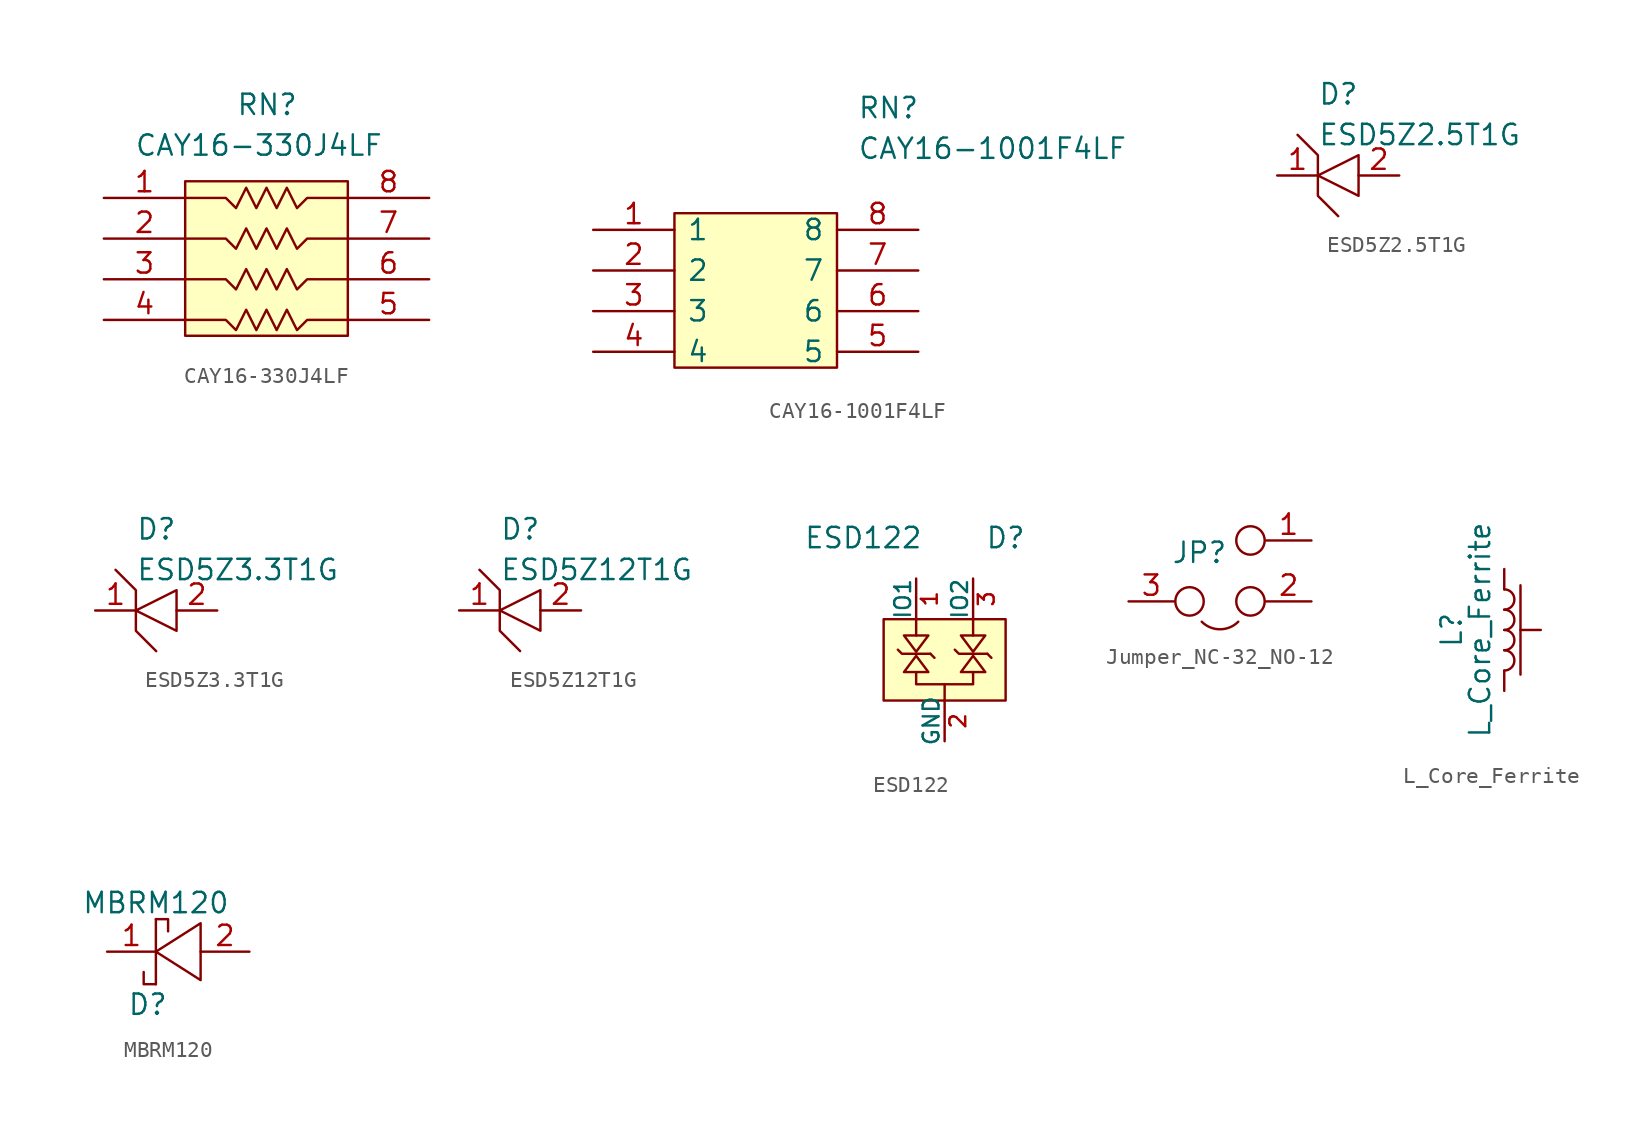
<source format=kicad_sym>
(kicad_symbol_lib
  (version 20241209)
  (generator "kicad_symbol_editor")
  (generator_version "9.0")
  (symbol "CAY16-330J4LF"
    (pin_names
      (offset 1.016)
      (hide yes))
    (property "Reference" "RN"
      (at 8.255 5.08 0)
      (effects (font (size 1.27 1.27)) (justify left bottom)))
    (property "Value" "CAY16-330J4LF"
      (at 1.905 2.54 0)
      (effects (font (size 1.27 1.27)) (justify left bottom)))
    (symbol "CAY16-330J4LF_0_1"
      (polyline (pts (xy 5.08 -7.62) (xy 7.62 -7.62) (xy 8.255 -8.255) (xy 8.89 -6.985) (xy 9.525 -8.255) (xy 10.16 -6.985) (xy 10.795 -8.255) (xy 11.43 -6.985) (xy 12.065 -8.255) (xy 12.7 -7.62) (xy 15.24 -7.62)) (stroke (width 0) (type solid)) (fill (type none))))
    (symbol "CAY16-330J4LF_1_1"
      (polyline (pts (xy 5.08 0) (xy 7.62 0) (xy 8.255 -0.635) (xy 8.89 0.635) (xy 9.525 -0.635) (xy 10.16 0.635) (xy 10.795 -0.635) (xy 11.43 0.635) (xy 12.065 -0.635) (xy 12.7 0) (xy 15.24 0)) (stroke (width 0) (type solid)) (fill (type none)))
      (polyline (pts (xy 5.08 -2.54) (xy 7.62 -2.54) (xy 8.255 -3.175) (xy 8.89 -1.905) (xy 9.525 -3.175) (xy 10.16 -1.905) (xy 10.795 -3.175) (xy 11.43 -1.905) (xy 12.065 -3.175) (xy 12.7 -2.54) (xy 15.24 -2.54)) (stroke (width 0) (type solid)) (fill (type none)))
      (polyline (pts (xy 5.08 -5.08) (xy 7.62 -5.08) (xy 8.255 -5.715) (xy 8.89 -4.445) (xy 9.525 -5.715) (xy 10.16 -4.445) (xy 10.795 -5.715) (xy 11.43 -4.445) (xy 12.065 -5.715) (xy 12.7 -5.08) (xy 15.24 -5.08)) (stroke (width 0) (type solid)) (fill (type none)))
      (rectangle (start 5.08 -8.611) (end 15.24 1.041) (stroke (width 0) (type solid)) (fill (type background)))
      (pin passive line (at 0 0 0) (length 5.08) (name "1" (effects (font (size 1.27 1.27)))) (number "1" (effects (font (size 1.27 1.27)))))
      (pin passive line (at 0 -2.54 0) (length 5.08) (name "2" (effects (font (size 1.27 1.27)))) (number "2" (effects (font (size 1.27 1.27)))))
      (pin passive line (at 0 -5.08 0) (length 5.08) (name "3" (effects (font (size 1.27 1.27)))) (number "3" (effects (font (size 1.27 1.27)))))
      (pin passive line (at 0 -7.62 0) (length 5.08) (name "4" (effects (font (size 1.27 1.27)))) (number "4" (effects (font (size 1.27 1.27)))))
      (pin passive line (at 20.32 0 180) (length 5.08) (name "8" (effects (font (size 1.27 1.27)))) (number "8" (effects (font (size 1.27 1.27)))))
      (pin passive line (at 20.32 -2.54 180) (length 5.08) (name "7" (effects (font (size 1.27 1.27)))) (number "7" (effects (font (size 1.27 1.27)))))
      (pin passive line (at 20.32 -5.08 180) (length 5.08) (name "6" (effects (font (size 1.27 1.27)))) (number "6" (effects (font (size 1.27 1.27)))))
      (pin passive line (at 20.32 -7.62 180) (length 5.08) (name "5" (effects (font (size 1.27 1.27)))) (number "5" (effects (font (size 1.27 1.27)))))))
  (symbol "CAY16-1001F4LF"
    (pin_names
      (offset 0.762))
    (property "Reference" "RN"
      (at 16.51 7.62 0)
      (effects (font (size 1.27 1.27)) (justify left)))
    (property "Value" "CAY16-1001F4LF"
      (at 16.51 5.08 0)
      (effects (font (size 1.27 1.27)) (justify left)))
    (symbol "CAY16-1001F4LF_0_0"
      (pin passive line (at 0 0 0) (length 5.08) (name "1" (effects (font (size 1.27 1.27)))) (number "1" (effects (font (size 1.27 1.27)))))
      (pin passive line (at 0 -2.54 0) (length 5.08) (name "2" (effects (font (size 1.27 1.27)))) (number "2" (effects (font (size 1.27 1.27)))))
      (pin passive line (at 0 -5.08 0) (length 5.08) (name "3" (effects (font (size 1.27 1.27)))) (number "3" (effects (font (size 1.27 1.27)))))
      (pin passive line (at 0 -7.62 0) (length 5.08) (name "4" (effects (font (size 1.27 1.27)))) (number "4" (effects (font (size 1.27 1.27)))))
      (pin passive line (at 20.32 0 180) (length 5.08) (name "8" (effects (font (size 1.27 1.27)))) (number "8" (effects (font (size 1.27 1.27)))))
      (pin passive line (at 20.32 -2.54 180) (length 5.08) (name "7" (effects (font (size 1.27 1.27)))) (number "7" (effects (font (size 1.27 1.27)))))
      (pin passive line (at 20.32 -5.08 180) (length 5.08) (name "6" (effects (font (size 1.27 1.27)))) (number "6" (effects (font (size 1.27 1.27)))))
      (pin passive line (at 20.32 -7.62 180) (length 5.08) (name "5" (effects (font (size 1.27 1.27)))) (number "5" (effects (font (size 1.27 1.27))))))
    (symbol "CAY16-1001F4LF_0_1"
      (rectangle (start 5.08 -8.611) (end 15.24 1.041) (stroke (width 0) (type solid)) (fill (type background)))))
  (symbol "ESD5Z2.5T1G"
    (pin_names
      (offset 0.762))
    (property "Reference" "D"
      (at 2.54 5.08 0)
      (effects (font (size 1.27 1.27)) (justify left)))
    (property "Value" "ESD5Z2.5T1G"
      (at 2.54 2.54 0)
      (effects (font (size 1.27 1.27)) (justify left)))
    (symbol "ESD5Z2.5T1G_0_1"
      (polyline (pts (xy 2.54 0) (xy 2.54 -1.27) (xy 3.81 -2.54)) (stroke (width 0) (type solid)) (fill (type none)))
      (polyline (pts (xy 2.54 0) (xy 5.08 1.27) (xy 5.08 -1.27) (xy 2.54 0) (xy 2.54 1.27) (xy 1.27 2.54)) (stroke (width 0) (type solid)) (fill (type none))))
    (symbol "ESD5Z2.5T1G_1_1"
      (pin passive line (at 0 0 0) (length 2.54) (name "~" (effects (font (size 1.27 1.27)))) (number "1" (effects (font (size 1.27 1.27)))))
      (pin passive line (at 7.62 0 180) (length 2.54) (name "~" (effects (font (size 1.27 1.27)))) (number "2" (effects (font (size 1.27 1.27)))))))
  (symbol "ESD5Z3.3T1G"
    (pin_names
      (offset 0.762))
    (property "Reference" "D"
      (at 2.54 5.08 0)
      (effects (font (size 1.27 1.27)) (justify left)))
    (property "Value" "ESD5Z3.3T1G"
      (at 2.54 2.54 0)
      (effects (font (size 1.27 1.27)) (justify left)))
    (symbol "ESD5Z3.3T1G_0_1"
      (polyline (pts (xy 2.54 0) (xy 2.54 -1.27) (xy 3.81 -2.54)) (stroke (width 0) (type solid)) (fill (type none)))
      (polyline (pts (xy 2.54 0) (xy 5.08 1.27) (xy 5.08 -1.27) (xy 2.54 0) (xy 2.54 1.27) (xy 1.27 2.54)) (stroke (width 0) (type solid)) (fill (type none))))
    (symbol "ESD5Z3.3T1G_1_1"
      (pin passive line (at 0 0 0) (length 2.54) (name "~" (effects (font (size 1.27 1.27)))) (number "1" (effects (font (size 1.27 1.27)))))
      (pin passive line (at 7.62 0 180) (length 2.54) (name "~" (effects (font (size 1.27 1.27)))) (number "2" (effects (font (size 1.27 1.27)))))))
  (symbol "ESD5Z12T1G"
    (pin_names
      (offset 0.762))
    (property "Reference" "D"
      (at 2.54 5.08 0)
      (effects (font (size 1.27 1.27)) (justify left)))
    (property "Value" "ESD5Z12T1G"
      (at 2.54 2.54 0)
      (effects (font (size 1.27 1.27)) (justify left)))
    (symbol "ESD5Z12T1G_0_1"
      (polyline (pts (xy 2.54 0) (xy 2.54 -1.27) (xy 3.81 -2.54)) (stroke (width 0) (type solid)) (fill (type none)))
      (polyline (pts (xy 2.54 0) (xy 5.08 1.27) (xy 5.08 -1.27) (xy 2.54 0) (xy 2.54 1.27) (xy 1.27 2.54)) (stroke (width 0) (type solid)) (fill (type none))))
    (symbol "ESD5Z12T1G_1_1"
      (pin passive line (at 0 0 0) (length 2.54) (name "~" (effects (font (size 1.27 1.27)))) (number "1" (effects (font (size 1.27 1.27)))))
      (pin passive line (at 7.62 0 180) (length 2.54) (name "~" (effects (font (size 1.27 1.27)))) (number "2" (effects (font (size 1.27 1.27)))))))
  (symbol "ESD122"
    (pin_names
      (offset 0))
    (property "Reference" "D"
      (at 0 10.16 0)
      (effects (font (size 1.27 1.27))))
    (property "Value" "ESD122"
      (at -8.89 10.16 0)
      (effects (font (size 1.27 1.27))))
    (symbol "ESD122_0_1"
      (polyline (pts (xy -3.81 1.016) (xy -3.81 0)) (stroke (width 0) (type solid)) (fill (type none)))
      (polyline (pts (xy -2.794 4.064) (xy -1.27 4.064) (xy -2.032 3.048) (xy -2.794 4.064)) (stroke (width 0) (type solid)) (fill (type none)))
      (polyline (pts (xy -2.032 4.064) (xy -2.032 5.08)) (stroke (width 0) (type solid)) (fill (type none)))
      (polyline (pts (xy -2.032 2.921) (xy -1.143 2.921)) (stroke (width 0) (type solid)) (fill (type none)))
      (polyline (pts (xy -2.032 2.921) (xy -2.921 2.921) (xy -3.175 3.175)) (stroke (width 0) (type solid)) (fill (type none)))
      (polyline (pts (xy -2.032 1.778) (xy -2.032 1.016) (xy -5.588 1.016) (xy -5.588 1.778)) (stroke (width 0) (type solid)) (fill (type none)))
      (polyline (pts (xy -1.143 2.921) (xy -0.889 2.667)) (stroke (width 0) (type solid)) (fill (type none)))
      (rectangle (start 0 5.08) (end -7.62 0) (stroke (width 0) (type solid)) (fill (type background))))
    (symbol "ESD122_1_1"
      (polyline (pts (xy -6.35 4.064) (xy -4.826 4.064) (xy -5.588 3.048) (xy -6.35 4.064)) (stroke (width 0) (type solid)) (fill (type none)))
      (polyline (pts (xy -6.35 1.778) (xy -4.826 1.778) (xy -5.588 2.794) (xy -6.35 1.778)) (stroke (width 0) (type solid)) (fill (type none)))
      (polyline (pts (xy -5.588 4.064) (xy -5.588 5.08)) (stroke (width 0) (type solid)) (fill (type none)))
      (polyline (pts (xy -5.588 2.921) (xy -4.699 2.921)) (stroke (width 0) (type solid)) (fill (type none)))
      (polyline (pts (xy -5.588 2.921) (xy -6.477 2.921) (xy -6.731 3.175)) (stroke (width 0) (type solid)) (fill (type none)))
      (polyline (pts (xy -4.699 2.921) (xy -4.445 2.667)) (stroke (width 0) (type solid)) (fill (type none)))
      (polyline (pts (xy -2.794 1.778) (xy -1.27 1.778) (xy -2.032 2.794) (xy -2.794 1.778)) (stroke (width 0) (type solid)) (fill (type none)))
      (pin passive line (at -5.588 7.62 270) (length 2.54) (name "IO1" (effects (font (size 0.991 0.991)))) (number "1" (effects (font (size 0.991 0.991)))))
      (pin power_in line (at -3.81 -2.54 90) (length 2.54) (name "GND" (effects (font (size 0.991 0.991)))) (number "2" (effects (font (size 0.991 0.991)))))
      (pin passive line (at -2.032 7.62 270) (length 2.54) (name "IO2" (effects (font (size 0.991 0.991)))) (number "3" (effects (font (size 0.991 0.991)))))))
  (symbol "Jumper_NC-32_NO-12"
    (pin_names
      (offset 0.762)
      (hide yes))
    (property "Reference" "JP"
      (at -4.953 3.048 0)
      (effects (font (size 1.27 1.27)) (justify left)))
    (symbol "Jumper_NC-32_NO-12_0_1"
      (arc (start -0.762 -1.27) (mid -1.905 -1.7434) (end -3.048 -1.27) (stroke (width 0) (type solid)) (fill (type none)))
      (circle (center 0 3.81) (radius 0.889) (stroke (width 0) (type solid)) (fill (type none))))
    (symbol "Jumper_NC-32_NO-12_1_1"
      (circle (center -3.81 0) (radius 0.889) (stroke (width 0) (type solid)) (fill (type none)))
      (circle (center 0 0) (radius 0.889) (stroke (width 0) (type solid)) (fill (type none)))
      (pin passive line (at -7.62 0 0) (length 2.845) (name "3" (effects (font (size 1.27 1.27)))) (number "3" (effects (font (size 1.27 1.27)))))
      (pin passive line (at 3.81 3.81 180) (length 2.845) (name "1" (effects (font (size 1.27 1.27)))) (number "1" (effects (font (size 1.27 1.27)))))
      (pin passive line (at 3.81 0 180) (length 2.845) (name "2" (effects (font (size 1.27 1.27)))) (number "2" (effects (font (size 1.27 1.27)))))))
  (symbol "L_Core_Ferrite"
    (pin_numbers
      (hide yes))
    (pin_names
      (offset 1.016)
      (hide yes))
    (property "Reference" "L"
      (at -3.302 0 90)
      (effects (font (size 1.27 1.27))))
    (property "Value" "L_Core_Ferrite"
      (at -1.524 0 90)
      (effects (font (size 1.27 1.27))))
    (symbol "L_Core_Ferrite_0_1"
      (arc (start 0 2.54) (mid 0.635 1.905) (end 0 1.27) (stroke (width 0) (type solid)) (fill (type none)))
      (arc (start 0 1.27) (mid 0.635 0.635) (end 0 0) (stroke (width 0) (type solid)) (fill (type none)))
      (arc (start 0 0) (mid 0.635 -0.635) (end 0 -1.27) (stroke (width 0) (type solid)) (fill (type none)))
      (arc (start 0 -1.27) (mid 0.635 -1.905) (end 0 -2.54) (stroke (width 0) (type solid)) (fill (type none)))
      (polyline (pts (xy 1.016 2.794) (xy 1.016 -2.794)) (stroke (width 0) (type solid)) (fill (type none))))
    (symbol "L_Core_Ferrite_1_1"
      (pin passive line (at 0 3.81 270) (length 1.27) (name "1" (effects (font (size 1.27 1.27)))) (number "1" (effects (font (size 1.27 1.27)))))
      (pin passive line (at 0 -3.81 90) (length 1.27) (name "2" (effects (font (size 1.27 1.27)))) (number "2" (effects (font (size 1.27 1.27)))))
      (pin passive line (at 2.286 0 180) (length 1.27) (name "~" (effects (font (size 1.27 1.27)))) (number "3" (effects (font (size 1.27 1.27)))))))
  (symbol "MBRM120"
    (pin_names
      (offset 1.016)
      (hide yes))
    (property "Reference" "D"
      (at 0 -3.302 0)
      (effects (font (size 1.27 1.27))))
    (property "Value" "MBRM120"
      (at 0.508 3.048 0)
      (effects (font (size 1.27 1.27))))
    (symbol "MBRM120_0_1"
      (polyline (pts (xy 0.508 2.032) (xy 0.508 -2.032)) (stroke (width 0) (type solid)) (fill (type none)))
      (polyline (pts (xy 0.508 2.032) (xy 1.27 2.032) (xy 1.27 1.27)) (stroke (width 0) (type solid)) (fill (type none)))
      (polyline (pts (xy 0.508 0) (xy 3.302 1.778) (xy 3.302 -1.778) (xy 0.508 0)) (stroke (width 0) (type solid)) (fill (type none)))
      (polyline (pts (xy 0.508 -2.032) (xy -0.254 -2.032) (xy -0.254 -1.27)) (stroke (width 0) (type solid)) (fill (type none))))
    (symbol "MBRM120_1_1"
      (pin passive line (at -2.54 0 0) (length 3.048) (name "C" (effects (font (size 1.27 1.27)))) (number "1" (effects (font (size 1.27 1.27)))))
      (pin passive line (at 6.35 0 180) (length 3.048) (name "A" (effects (font (size 1.27 1.27)))) (number "2" (effects (font (size 1.27 1.27))))))))
</source>
